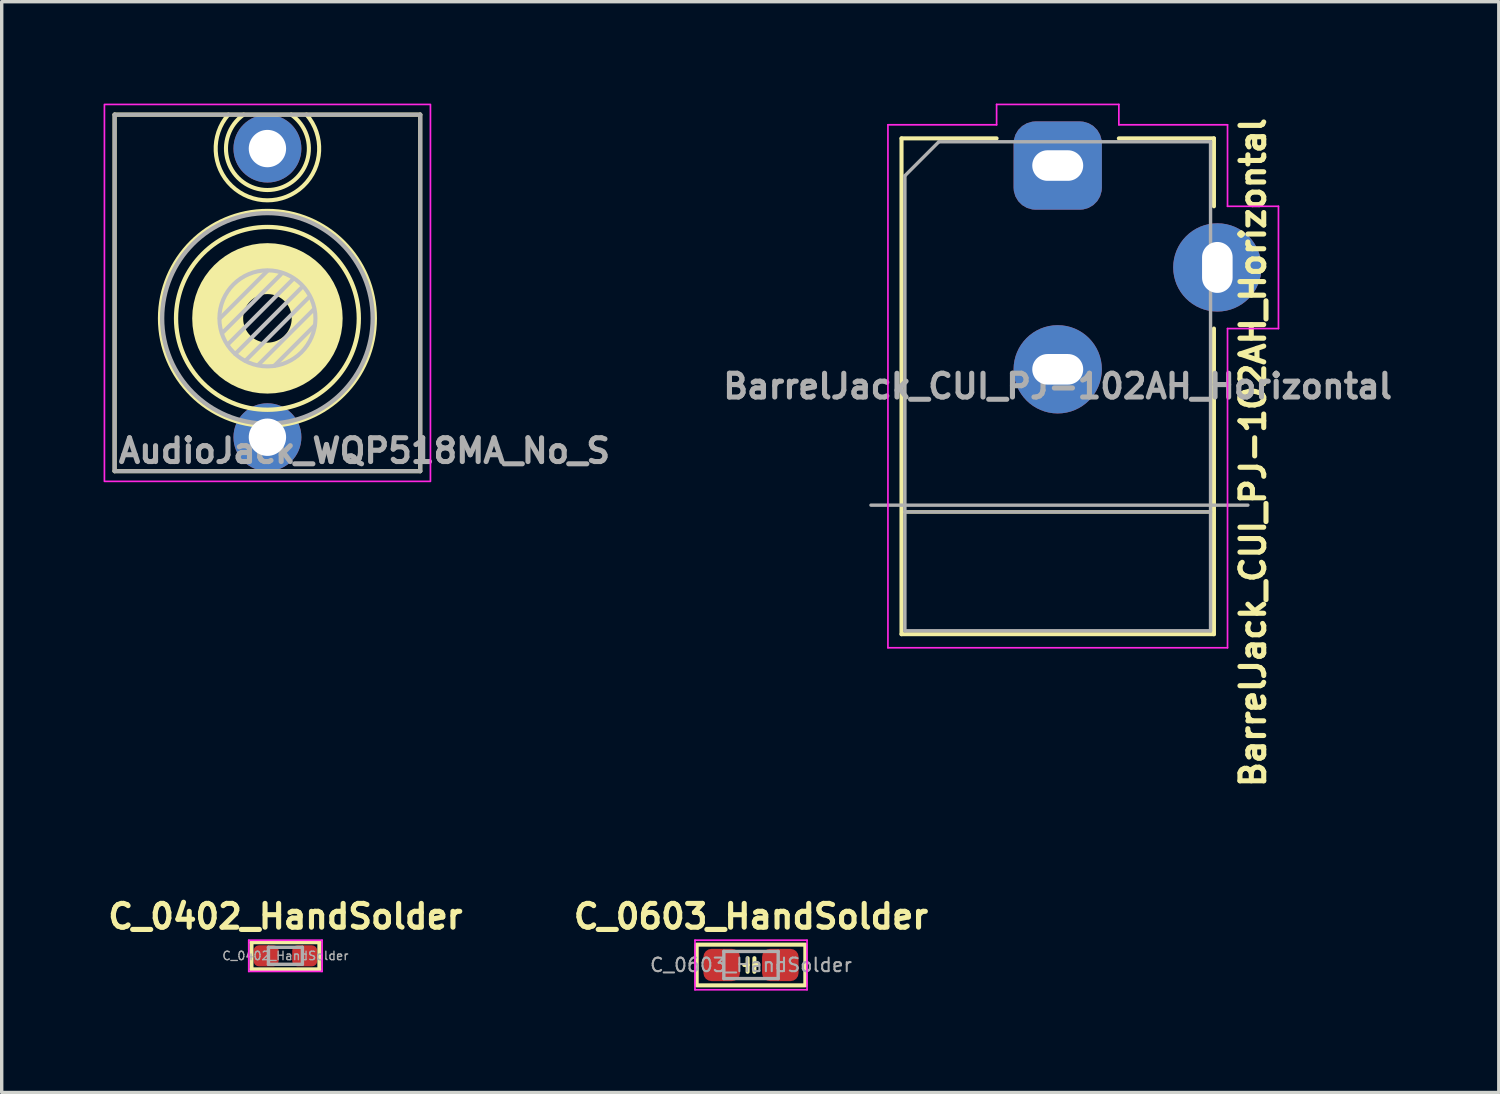
<source format=kicad_pcb>
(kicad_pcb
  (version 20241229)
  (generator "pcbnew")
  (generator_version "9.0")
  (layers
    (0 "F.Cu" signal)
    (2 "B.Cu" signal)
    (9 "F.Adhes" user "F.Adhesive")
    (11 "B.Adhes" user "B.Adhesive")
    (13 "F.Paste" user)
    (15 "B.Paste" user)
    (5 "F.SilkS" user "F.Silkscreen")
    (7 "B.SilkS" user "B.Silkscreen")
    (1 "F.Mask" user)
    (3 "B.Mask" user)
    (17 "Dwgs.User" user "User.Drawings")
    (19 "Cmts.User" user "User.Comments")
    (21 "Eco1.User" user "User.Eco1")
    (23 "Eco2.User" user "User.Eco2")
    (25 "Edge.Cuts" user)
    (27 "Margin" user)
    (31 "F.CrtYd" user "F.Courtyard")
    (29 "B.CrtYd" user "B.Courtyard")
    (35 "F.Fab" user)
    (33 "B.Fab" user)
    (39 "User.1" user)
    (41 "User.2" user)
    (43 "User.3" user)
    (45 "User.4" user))
  (footprint "AudioJack_WQP518MA_No_S"
    (layer "F.Cu")
    (at 4.825 6.325)
    (property "Reference" "AudioJack_WQP518MA_No_S" (at -4.46 3.9 0) (layer "F.Fab") (effects (font (size 0.7 0.7) (thickness 0.15)) (justify left)))
    (attr through_hole)
    (fp_line (start -4.5 -6) (end 4.5 -6) (stroke (width 0.12) (type solid)) (layer "F.SilkS"))
    (fp_line (start -4.5 4.5) (end -4.5 -6) (stroke (width 0.12) (type solid)) (layer "F.SilkS"))
    (fp_line (start 4.5 -6) (end 4.5 4.5) (stroke (width 0.12) (type solid)) (layer "F.SilkS"))
    (fp_line (start 4.5 4.5) (end -4.5 4.5) (stroke (width 0.12) (type solid)) (layer "F.SilkS"))
    (fp_arc (start 0.699999 -5.999999) (mid 0 -3.779346) (end -0.699999 -5.999999) (stroke (width 0.12) (type solid)) (layer "F.SilkS"))
    (fp_arc (start 1.149999 -5.999999) (mid 0 -3.476026) (end -1.149999 -5.999999) (stroke (width 0.12) (type solid)) (layer "F.SilkS"))
    (fp_circle (center 0 0) (end 0.715 0) (stroke (width 1.5) (type solid)) (fill no) (layer "F.SilkS"))
    (fp_circle (center 0 0) (end 2.691 0) (stroke (width 0.127) (type solid)) (fill no) (layer "F.SilkS"))
    (fp_circle (center 0 0) (end 3.162 0) (stroke (width 0.127) (type solid)) (fill no) (layer "F.SilkS"))
    (fp_line (start -1.15 0.75) (end 0.75 -1.15) (stroke (width 0.12) (type solid)) (layer "Dwgs.User"))
    (fp_line (start -0.95 1.05) (end 1 -0.9) (stroke (width 0.12) (type solid)) (layer "Dwgs.User"))
    (fp_line (start -0.65 1.25) (end 1.2 -0.6) (stroke (width 0.12) (type solid)) (layer "Dwgs.User"))
    (fp_line (start -0.25 1.35) (end 1.35 -0.25) (stroke (width 0.12) (type solid)) (layer "Dwgs.User"))
    (fp_line (start 0 -1.4) (end -1.4 0) (stroke (width 0.12) (type solid)) (layer "Dwgs.User"))
    (fp_line (start 0.2 1.4) (end 1.4 0.2) (stroke (width 0.12) (type solid)) (layer "Dwgs.User"))
    (fp_line (start 0.4 -1.3) (end -1.3 0.4) (stroke (width 0.12) (type solid)) (layer "Dwgs.User"))
    (fp_circle (center 0 0) (end 1 1) (stroke (width 0.12) (type solid)) (fill no) (layer "Dwgs.User"))
    (fp_rect (start -4.8 -6.3) (end 4.8 4.8) (stroke (width 0.05) (type solid)) (fill no) (layer "F.CrtYd"))
    (fp_line (start -4.5 -6) (end 4.5 -6) (stroke (width 0.12) (type solid)) (layer "F.Fab"))
    (fp_line (start -4.5 4.5) (end -4.5 -6) (stroke (width 0.12) (type solid)) (layer "F.Fab"))
    (fp_line (start 4.5 -6) (end 4.5 4.5) (stroke (width 0.12) (type solid)) (layer "F.Fab"))
    (fp_line (start 4.5 4.5) (end -4.5 4.5) (stroke (width 0.12) (type solid)) (layer "F.Fab"))
    (fp_circle (center 0 0) (end 3.1 0) (stroke (width 0.127) (type solid)) (fill no) (layer "F.Fab"))
    (pad "T" thru_hole circle (at 0 -5) (size 2 2) (drill 1.1) (layers "*.Cu" "*.Mask"))
    (pad "TN" thru_hole circle (at 0 3.5) (size 2 2) (drill 1.1) (layers "*.Cu" "*.Mask"))
    (zone (net_name "") (layer "F.Cu") (hatch edge 0.508) (connect_pads) (min_thickness 0.254) (filled_areas_thickness no) (keepout (tracks not_allowed) (vias not_allowed) (pads not_allowed) (copperpour not_allowed) (footprints not_allowed)) (placement (enabled no)) (fill) (polygon (pts (xy 5.725 5.125) (xy 6.225 5.725) (xy 6.325 6.325) (xy 6.225 6.925) (xy 5.725 7.525) (xy 4.825 7.825) (xy 3.925 7.525) (xy 3.425 6.925) (xy 3.325 6.325) (xy 3.425 5.725) (xy 3.925 5.125) (xy 4.825 4.825)))))
  (footprint "BarrelJack_CUI_PJ-102AH_Horizontal"
    (layer "F.Cu")
    (at 28.097 1.825)
    (property "Reference" "BarrelJack_CUI_PJ-102AH_Horizontal" (at 5.75 8.45 90) (layer "F.SilkS") (effects (font (size 0.7 0.7) (thickness 0.15))))
    (attr through_hole)
    (fp_line (start -4.6 -0.8) (end -1.8 -0.8) (stroke (width 0.12) (type solid)) (layer "F.SilkS"))
    (fp_line (start -4.6 13.8) (end -4.6 -0.8) (stroke (width 0.12) (type solid)) (layer "F.SilkS"))
    (fp_line (start -4.5 10.2) (end 4.5 10.2) (stroke (width 0.1) (type solid)) (layer "F.SilkS"))
    (fp_line (start 1.8 -0.8) (end 4.6 -0.8) (stroke (width 0.12) (type solid)) (layer "F.SilkS"))
    (fp_line (start 4.6 -0.8) (end 4.6 1.2) (stroke (width 0.12) (type solid)) (layer "F.SilkS"))
    (fp_line (start 4.6 4.8) (end 4.6 13.8) (stroke (width 0.12) (type solid)) (layer "F.SilkS"))
    (fp_line (start 4.6 13.8) (end -4.6 13.8) (stroke (width 0.12) (type solid)) (layer "F.SilkS"))
    (fp_line (start -5 -1.2) (end -1.8 -1.2) (stroke (width 0.05) (type solid)) (layer "F.CrtYd"))
    (fp_line (start -5 14.2) (end -5 -1.2) (stroke (width 0.05) (type solid)) (layer "F.CrtYd"))
    (fp_line (start -1.8 -1.8) (end 1.8 -1.8) (stroke (width 0.05) (type solid)) (layer "F.CrtYd"))
    (fp_line (start -1.8 -1.2) (end -1.8 -1.8) (stroke (width 0.05) (type solid)) (layer "F.CrtYd"))
    (fp_line (start 1.8 -1.8) (end 1.8 -1.2) (stroke (width 0.05) (type solid)) (layer "F.CrtYd"))
    (fp_line (start 1.8 -1.2) (end 5 -1.2) (stroke (width 0.05) (type solid)) (layer "F.CrtYd"))
    (fp_line (start 5 -1.2) (end 5 1.2) (stroke (width 0.05) (type solid)) (layer "F.CrtYd"))
    (fp_line (start 5 1.2) (end 6.5 1.2) (stroke (width 0.05) (type solid)) (layer "F.CrtYd"))
    (fp_line (start 5 4.8) (end 5 14.2) (stroke (width 0.05) (type solid)) (layer "F.CrtYd"))
    (fp_line (start 5 14.2) (end -5 14.2) (stroke (width 0.05) (type solid)) (layer "F.CrtYd"))
    (fp_line (start 6.5 1.2) (end 6.5 4.8) (stroke (width 0.05) (type solid)) (layer "F.CrtYd"))
    (fp_line (start 6.5 4.8) (end 5 4.8) (stroke (width 0.05) (type solid)) (layer "F.CrtYd"))
    (fp_line (start -5.5 10) (end 5.6 10) (stroke (width 0.1) (type solid)) (layer "F.Fab"))
    (fp_line (start -4.5 0.3) (end -3.5 -0.7) (stroke (width 0.1) (type solid)) (layer "F.Fab"))
    (fp_line (start -4.5 10.2) (end 4.5 10.2) (stroke (width 0.1) (type solid)) (layer "F.Fab"))
    (fp_line (start -4.5 13.7) (end -4.5 0.3) (stroke (width 0.1) (type solid)) (layer "F.Fab"))
    (fp_line (start -3.5 -0.7) (end 4.5 -0.7) (stroke (width 0.1) (type solid)) (layer "F.Fab"))
    (fp_line (start 4.5 -0.7) (end 4.5 13.7) (stroke (width 0.1) (type solid)) (layer "F.Fab"))
    (fp_line (start 4.5 13.7) (end -4.5 13.7) (stroke (width 0.1) (type solid)) (layer "F.Fab"))
    (fp_text user "${REFERENCE}" (at 0 6.5 0) (layer "F.Fab") (effects (font (size 0.7 0.7) (thickness 0.15))))
    (pad "1" thru_hole roundrect (at 0 0) (size 2.6 2.6) (drill oval 1.5 0.9) (layers "*.Cu" "*.Mask") (roundrect_rratio 0.25))
    (pad "2" thru_hole circle (at 0 6) (size 2.6 2.6) (drill oval 1.5 0.9) (layers "*.Cu" "*.Mask"))
    (pad "3" thru_hole circle (at 4.7 3) (size 2.6 2.6) (drill oval 0.9 1.5) (layers "*.Cu" "*.Mask")))
  (footprint "C_0402_HandSolder"
    (layer "F.Cu")
    (at 5.355 25.096)
    (property "Reference" "C_0402_HandSolder" (at 0 -1.16 0) (layer "F.SilkS") (effects (font (size 0.7 0.7) (thickness 0.15))))
    (attr smd)
    (fp_line (start -1 -0.4) (end -1 0.4) (stroke (width 0.12) (type solid)) (layer "F.SilkS"))
    (fp_line (start -1 -0.4) (end 1 -0.4) (stroke (width 0.12) (type solid)) (layer "F.SilkS"))
    (fp_line (start -1 0.4) (end 1 0.4) (stroke (width 0.12) (type solid)) (layer "F.SilkS"))
    (fp_line (start 1 -0.4) (end 1 0.4) (stroke (width 0.12) (type solid)) (layer "F.SilkS"))
    (fp_line (start -1.08 -0.46) (end 1.08 -0.46) (stroke (width 0.05) (type solid)) (layer "F.CrtYd"))
    (fp_line (start -1.08 0.46) (end -1.08 -0.46) (stroke (width 0.05) (type solid)) (layer "F.CrtYd"))
    (fp_line (start 1.08 -0.46) (end 1.08 0.46) (stroke (width 0.05) (type solid)) (layer "F.CrtYd"))
    (fp_line (start 1.08 0.46) (end -1.08 0.46) (stroke (width 0.05) (type solid)) (layer "F.CrtYd"))
    (fp_line (start -0.5 -0.25) (end 0.5 -0.25) (stroke (width 0.1) (type solid)) (layer "F.Fab"))
    (fp_line (start -0.5 0.25) (end -0.5 -0.25) (stroke (width 0.1) (type solid)) (layer "F.Fab"))
    (fp_line (start 0.5 -0.25) (end 0.5 0.25) (stroke (width 0.1) (type solid)) (layer "F.Fab"))
    (fp_line (start 0.5 0.25) (end -0.5 0.25) (stroke (width 0.1) (type solid)) (layer "F.Fab"))
    (fp_text user "${REFERENCE}" (at 0 0 0) (layer "F.Fab") (effects (font (size 0.25 0.25) (thickness 0.04))))
    (pad "1" smd roundrect (at -0.568 0) (size 0.735 0.62) (layers "F.Cu" "F.Mask" "F.Paste") (roundrect_rratio 0.25))
    (pad "2" smd roundrect (at 0.568 0) (size 0.735 0.62) (layers "F.Cu" "F.Mask" "F.Paste") (roundrect_rratio 0.25)))
  (footprint "C_0603_HandSolder"
    (layer "F.Cu")
    (at 19.065 25.366)
    (property "Reference" "C_0603_HandSolder" (at 0 -1.43 0) (layer "F.SilkS") (effects (font (size 0.7 0.7) (thickness 0.15))))
    (attr smd)
    (fp_line (start -0.1 0) (end -0.2 0) (stroke (width 0.12) (type solid)) (layer "F.SilkS"))
    (fp_line (start -0.1 0.2) (end -0.1 -0.2) (stroke (width 0.12) (type solid)) (layer "F.SilkS"))
    (fp_line (start 0.1 -0.2) (end 0.1 0.2) (stroke (width 0.12) (type solid)) (layer "F.SilkS"))
    (fp_line (start 0.1 0) (end 0.2 0) (stroke (width 0.12) (type solid)) (layer "F.SilkS"))
    (fp_rect (start -1.6 -0.6) (end 1.6 0.6) (stroke (width 0.12) (type solid)) (fill no) (layer "F.SilkS"))
    (fp_line (start -1.65 -0.73) (end 1.65 -0.73) (stroke (width 0.05) (type solid)) (layer "F.CrtYd"))
    (fp_line (start -1.65 0.73) (end -1.65 -0.73) (stroke (width 0.05) (type solid)) (layer "F.CrtYd"))
    (fp_line (start 1.65 -0.73) (end 1.65 0.73) (stroke (width 0.05) (type solid)) (layer "F.CrtYd"))
    (fp_line (start 1.65 0.73) (end -1.65 0.73) (stroke (width 0.05) (type solid)) (layer "F.CrtYd"))
    (fp_line (start -0.8 -0.4) (end 0.8 -0.4) (stroke (width 0.1) (type solid)) (layer "F.Fab"))
    (fp_line (start -0.8 0.4) (end -0.8 -0.4) (stroke (width 0.1) (type solid)) (layer "F.Fab"))
    (fp_line (start 0.8 -0.4) (end 0.8 0.4) (stroke (width 0.1) (type solid)) (layer "F.Fab"))
    (fp_line (start 0.8 0.4) (end -0.8 0.4) (stroke (width 0.1) (type solid)) (layer "F.Fab"))
    (fp_text user "${REFERENCE}" (at 0 0 0) (layer "F.Fab") (effects (font (size 0.4 0.4) (thickness 0.06))))
    (pad "1" smd roundrect (at -0.863 0) (size 1.075 0.95) (layers "F.Cu" "F.Mask" "F.Paste") (roundrect_rratio 0.25))
    (pad "2" smd roundrect (at 0.863 0) (size 1.075 0.95) (layers "F.Cu" "F.Mask" "F.Paste") (roundrect_rratio 0.25)))
  (gr_rect
    (start -3 -3)
    (end 41.085 29.121)
    (stroke (width 0.1) (type default))
    (fill no)
    (layer "Edge.Cuts")))
</source>
